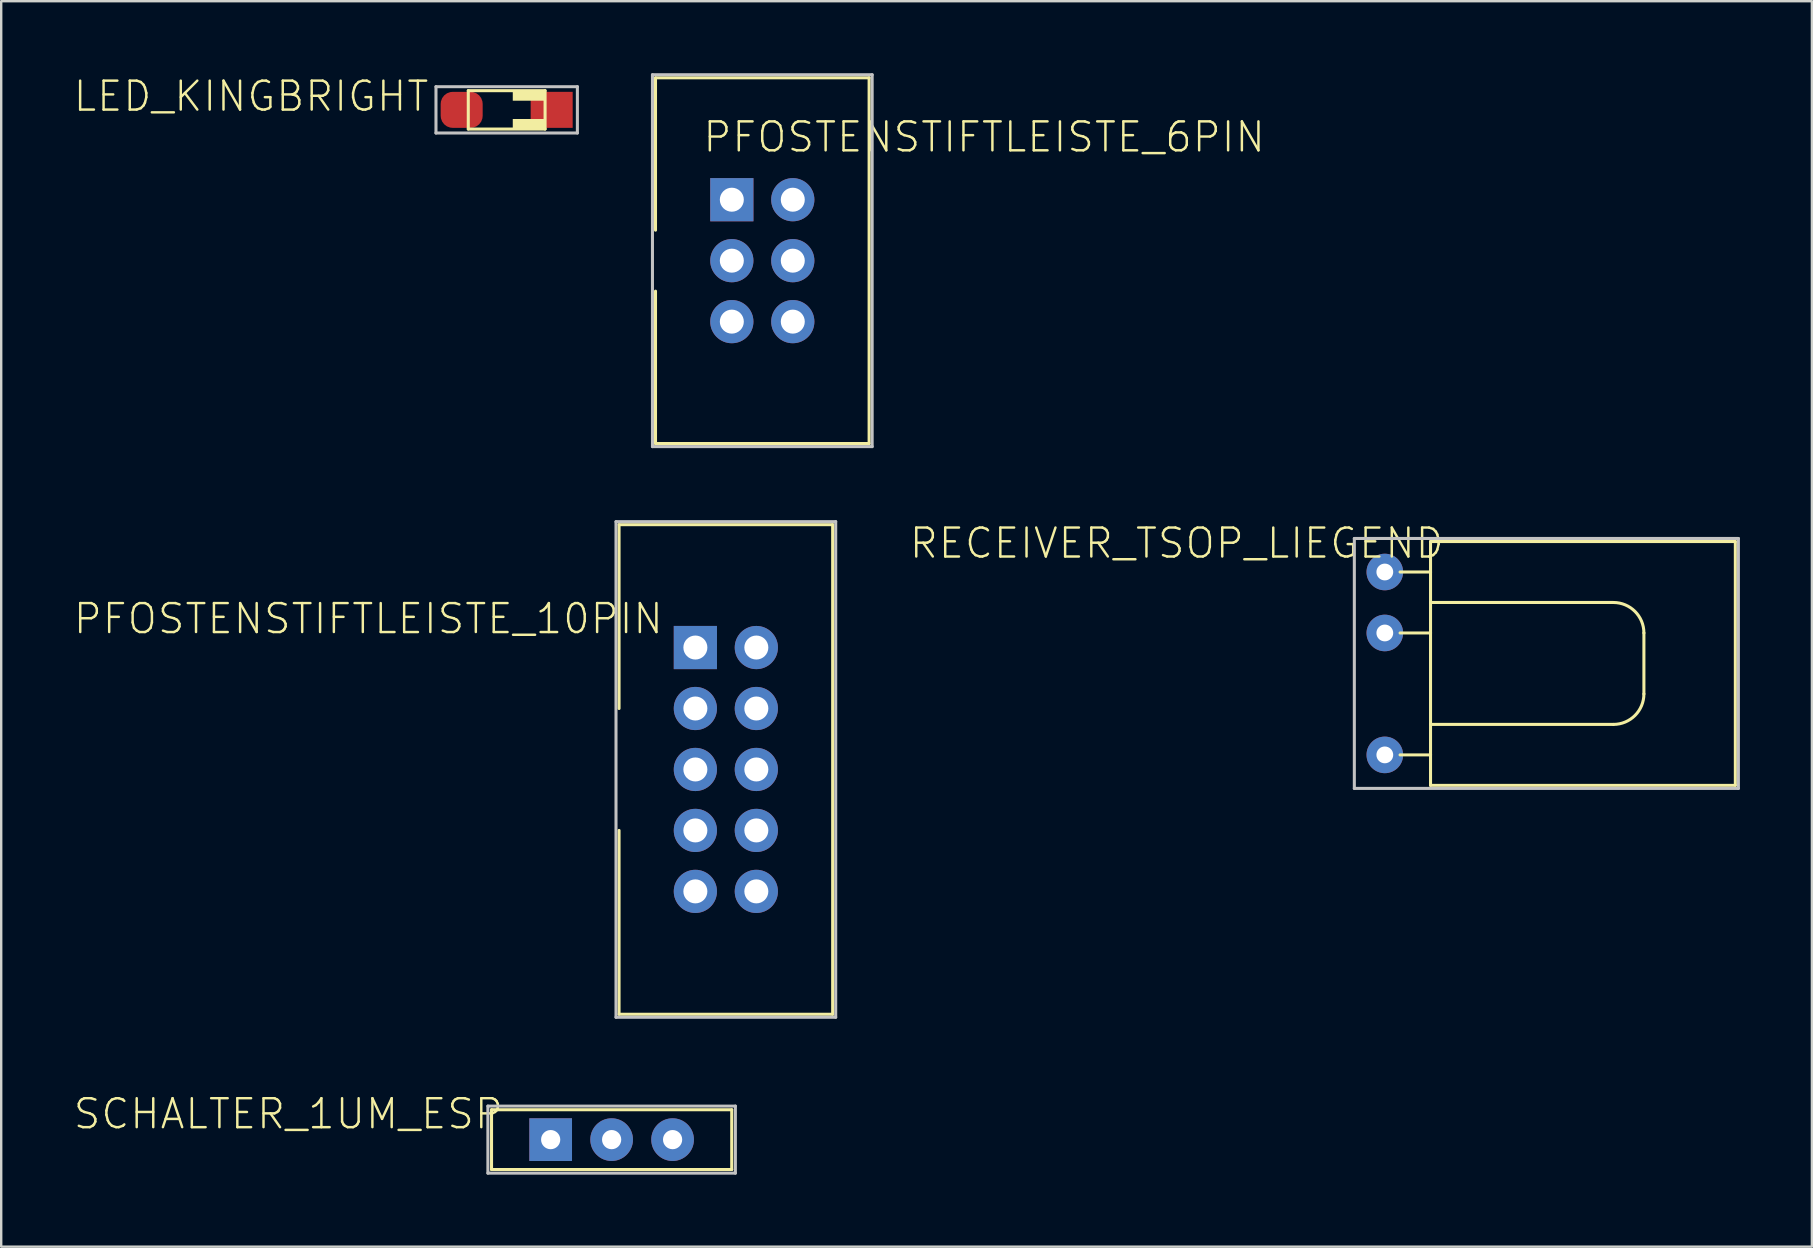
<source format=kicad_pcb>
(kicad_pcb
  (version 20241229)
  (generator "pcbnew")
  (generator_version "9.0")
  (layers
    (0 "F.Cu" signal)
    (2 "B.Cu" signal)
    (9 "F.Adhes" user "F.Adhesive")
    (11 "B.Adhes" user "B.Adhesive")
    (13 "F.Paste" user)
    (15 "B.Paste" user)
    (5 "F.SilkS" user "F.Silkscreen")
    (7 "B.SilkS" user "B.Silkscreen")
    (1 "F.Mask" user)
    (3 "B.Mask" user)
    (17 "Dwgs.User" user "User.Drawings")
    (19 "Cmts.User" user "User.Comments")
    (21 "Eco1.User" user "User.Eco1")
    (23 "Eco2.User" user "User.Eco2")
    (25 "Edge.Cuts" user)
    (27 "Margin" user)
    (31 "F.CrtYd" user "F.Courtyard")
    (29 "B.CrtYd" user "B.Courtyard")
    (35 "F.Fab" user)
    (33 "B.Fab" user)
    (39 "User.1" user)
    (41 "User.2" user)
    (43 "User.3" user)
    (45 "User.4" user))
  (footprint "SCHALTER_1UM_ESP"
    (layer "F.Cu")
    (at 22.434 44.433)
    (property "Reference" "SCHALTER_1UM_ESP" (at -4.445 -1.778 0) (layer "F.SilkS") (effects (font (size 1.206 1.206) (thickness 0.102)) (justify right top)))
    (attr through_hole)
    (fp_line (start -5.004 -1.245) (end -5.004 1.245) (stroke (width 0.127) (type solid)) (layer "F.SilkS"))
    (fp_line (start -5.004 1.245) (end 5.004 1.245) (stroke (width 0.127) (type solid)) (layer "F.SilkS"))
    (fp_line (start 5.004 -1.245) (end -5.004 -1.245) (stroke (width 0.127) (type solid)) (layer "F.SilkS"))
    (fp_line (start 5.004 1.245) (end 5.004 -1.245) (stroke (width 0.127) (type solid)) (layer "F.SilkS"))
    (fp_line (start -5.156 -1.397) (end 5.156 -1.397) (stroke (width 0.127) (type solid)) (layer "Dwgs.User"))
    (fp_line (start -5.156 1.397) (end -5.156 -1.397) (stroke (width 0.127) (type solid)) (layer "Dwgs.User"))
    (fp_line (start 5.156 -1.397) (end 5.156 1.397) (stroke (width 0.127) (type solid)) (layer "Dwgs.User"))
    (fp_line (start 5.156 1.397) (end -5.156 1.397) (stroke (width 0.127) (type solid)) (layer "Dwgs.User"))
    (pad "OFF" thru_hole circle (at 2.54 0) (size 1.778 1.778) (drill 0.8) (layers "*.Cu" "*.Mask"))
    (pad "ON" thru_hole rect (at -2.54 0) (size 1.778 1.778) (drill 0.8) (layers "*.Cu" "*.Mask"))
    (pad "SLIDER" thru_hole circle (at 0 0) (size 1.778 1.778) (drill 0.8) (layers "*.Cu" "*.Mask")))
  (footprint "LED_KINGBRIGHT"
    (layer "F.Cu")
    (at 18.061 1.527)
    (property "Reference" "LED_KINGBRIGHT" (at -3.175 -1.27 0) (layer "F.SilkS") (effects (font (size 1.206 1.206) (thickness 0.102)) (justify right top)))
    (attr through_hole)
    (fp_line (start -1.6 -0.8) (end 1.6 -0.8) (stroke (width 0.127) (type solid)) (layer "F.SilkS"))
    (fp_line (start -1.6 0.8) (end -1.6 -0.8) (stroke (width 0.127) (type solid)) (layer "F.SilkS"))
    (fp_line (start 1.6 -0.8) (end 1.6 0.8) (stroke (width 0.127) (type solid)) (layer "F.SilkS"))
    (fp_line (start 1.6 0.8) (end -1.6 0.8) (stroke (width 0.127) (type solid)) (layer "F.SilkS"))
    (fp_poly (pts (xy 0.254 -0.381) (xy 1.6 -0.381) (xy 1.6 -0.8) (xy 0.254 -0.8)) (stroke (width 0) (type solid)) (fill yes) (layer "F.SilkS"))
    (fp_poly (pts (xy 0.254 0.8) (xy 1.6 0.8) (xy 1.6 0.381) (xy 0.254 0.381)) (stroke (width 0) (type solid)) (fill yes) (layer "F.SilkS"))
    (fp_line (start -2.946 -0.965) (end 2.946 -0.965) (stroke (width 0.127) (type solid)) (layer "Dwgs.User"))
    (fp_line (start -2.946 0.965) (end -2.946 -0.965) (stroke (width 0.127) (type solid)) (layer "Dwgs.User"))
    (fp_line (start 2.946 -0.965) (end 2.946 0.965) (stroke (width 0.127) (type solid)) (layer "Dwgs.User"))
    (fp_line (start 2.946 0.965) (end -2.946 0.965) (stroke (width 0.127) (type solid)) (layer "Dwgs.User"))
    (pad "A" smd roundrect (at -1.875 0) (size 1.75 1.501) (layers "F.Cu" "F.Mask" "F.Paste") (roundrect_rratio 0.335))
    (pad "K" smd rect (at 1.875 0) (size 1.75 1.501) (layers "F.Cu" "F.Mask" "F.Paste")))
  (footprint "PFOSTENSTIFTLEISTE_6PIN"
    (layer "F.Cu")
    (at 28.712 7.811)
    (property "Reference" "PFOSTENSTIFTLEISTE_6PIN" (at -2.54 -4.445 0) (layer "F.SilkS") (effects (font (size 1.206 1.206) (thickness 0.102)) (justify left bottom)))
    (attr through_hole)
    (fp_line (start -4.45 -7.62) (end 4.45 -7.62) (stroke (width 0.127) (type solid)) (layer "F.SilkS"))
    (fp_line (start -4.45 -1.27) (end -4.45 -7.62) (stroke (width 0.127) (type solid)) (layer "F.SilkS"))
    (fp_line (start -4.45 7.62) (end -4.45 1.27) (stroke (width 0.127) (type solid)) (layer "F.SilkS"))
    (fp_line (start 4.45 -7.62) (end 4.45 7.62) (stroke (width 0.127) (type solid)) (layer "F.SilkS"))
    (fp_line (start 4.45 7.62) (end -4.45 7.62) (stroke (width 0.127) (type solid)) (layer "F.SilkS"))
    (fp_line (start -4.577 -7.747) (end -4.577 7.747) (stroke (width 0.127) (type solid)) (layer "Dwgs.User"))
    (fp_line (start -4.577 7.747) (end 4.577 7.747) (stroke (width 0.127) (type solid)) (layer "Dwgs.User"))
    (fp_line (start 4.577 -7.747) (end -4.577 -7.747) (stroke (width 0.127) (type solid)) (layer "Dwgs.User"))
    (fp_line (start 4.577 7.747) (end 4.577 -7.747) (stroke (width 0.127) (type solid)) (layer "Dwgs.User"))
    (pad "P$1" thru_hole rect (at -1.27 -2.54) (size 1.8 1.8) (drill 1) (layers "*.Cu" "*.Mask"))
    (pad "P$2" thru_hole circle (at 1.27 -2.54) (size 1.8 1.8) (drill 1) (layers "*.Cu" "*.Mask"))
    (pad "P$3" thru_hole circle (at -1.27 0) (size 1.8 1.8) (drill 1) (layers "*.Cu" "*.Mask"))
    (pad "P$4" thru_hole circle (at 1.27 0) (size 1.8 1.8) (drill 1) (layers "*.Cu" "*.Mask"))
    (pad "P$5" thru_hole circle (at -1.27 2.54) (size 1.8 1.8) (drill 1) (layers "*.Cu" "*.Mask"))
    (pad "P$6" thru_hole circle (at 1.27 2.54) (size 1.8 1.8) (drill 1) (layers "*.Cu" "*.Mask")))
  (footprint "RECEIVER_TSOP_LIEGEND"
    (layer "F.Cu")
    (at 54.649 24.593)
    (property "Reference" "RECEIVER_TSOP_LIEGEND" (at 2.54 -5.715 0) (layer "F.SilkS") (effects (font (size 1.206 1.206) (thickness 0.102)) (justify right top)))
    (attr through_hole)
    (fp_line (start 0.635 -3.81) (end 1.905 -3.81) (stroke (width 0.127) (type solid)) (layer "F.SilkS"))
    (fp_line (start 0.635 -1.27) (end 1.905 -1.27) (stroke (width 0.127) (type solid)) (layer "F.SilkS"))
    (fp_line (start 0.635 3.81) (end 1.905 3.81) (stroke (width 0.127) (type solid)) (layer "F.SilkS"))
    (fp_line (start 1.905 -5.08) (end 1.905 -3.81) (stroke (width 0.127) (type solid)) (layer "F.SilkS"))
    (fp_line (start 1.905 -3.81) (end 1.905 -2.54) (stroke (width 0.127) (type solid)) (layer "F.SilkS"))
    (fp_line (start 1.905 -2.54) (end 1.905 -1.27) (stroke (width 0.127) (type solid)) (layer "F.SilkS"))
    (fp_line (start 1.905 -2.54) (end 9.525 -2.54) (stroke (width 0.127) (type solid)) (layer "F.SilkS"))
    (fp_line (start 1.905 -1.27) (end 1.905 2.54) (stroke (width 0.127) (type solid)) (layer "F.SilkS"))
    (fp_line (start 1.905 2.54) (end 1.905 3.81) (stroke (width 0.127) (type solid)) (layer "F.SilkS"))
    (fp_line (start 1.905 3.81) (end 1.905 5.08) (stroke (width 0.127) (type solid)) (layer "F.SilkS"))
    (fp_line (start 1.905 5.08) (end 14.605 5.08) (stroke (width 0.127) (type solid)) (layer "F.SilkS"))
    (fp_line (start 9.525 2.54) (end 1.905 2.54) (stroke (width 0.127) (type solid)) (layer "F.SilkS"))
    (fp_line (start 10.795 -1.27) (end 10.795 1.27) (stroke (width 0.127) (type solid)) (layer "F.SilkS"))
    (fp_line (start 14.605 -5.08) (end 1.905 -5.08) (stroke (width 0.127) (type solid)) (layer "F.SilkS"))
    (fp_line (start 14.605 5.08) (end 14.605 -5.08) (stroke (width 0.127) (type solid)) (layer "F.SilkS"))
    (fp_arc (start 9.525 -2.54) (mid 10.423026 -2.168026) (end 10.795 -1.27) (stroke (width 0.127) (type solid)) (layer "F.SilkS"))
    (fp_arc (start 10.795 1.27) (mid 10.423026 2.168026) (end 9.525 2.54) (stroke (width 0.127) (type solid)) (layer "F.SilkS"))
    (fp_line (start -1.27 -5.207) (end 14.732 -5.207) (stroke (width 0.127) (type solid)) (layer "Dwgs.User"))
    (fp_line (start -1.27 5.207) (end -1.27 -5.207) (stroke (width 0.127) (type solid)) (layer "Dwgs.User"))
    (fp_line (start 14.732 -5.207) (end 14.732 5.207) (stroke (width 0.127) (type solid)) (layer "Dwgs.User"))
    (fp_line (start 14.732 5.207) (end -1.27 5.207) (stroke (width 0.127) (type solid)) (layer "Dwgs.User"))
    (pad "GND" thru_hole circle (at 0 -3.81) (size 1.524 1.524) (drill 0.7) (layers "*.Cu" "*.Mask"))
    (pad "OUT" thru_hole circle (at 0 3.81) (size 1.524 1.524) (drill 0.7) (layers "*.Cu" "*.Mask"))
    (pad "VS" thru_hole circle (at 0 -1.27) (size 1.524 1.524) (drill 0.7) (layers "*.Cu" "*.Mask")))
  (footprint "PFOSTENSTIFTLEISTE_10PIN"
    (layer "F.Cu")
    (at 27.193 29.01)
    (property "Reference" "PFOSTENSTIFTLEISTE_10PIN" (at -2.54 -6.985 0) (layer "F.SilkS") (effects (font (size 1.206 1.206) (thickness 0.102)) (justify right top)))
    (attr through_hole)
    (fp_line (start -4.45 -10.2) (end 4.45 -10.2) (stroke (width 0.127) (type solid)) (layer "F.SilkS"))
    (fp_line (start -4.45 -2.54) (end -4.45 -10.2) (stroke (width 0.127) (type solid)) (layer "F.SilkS"))
    (fp_line (start -4.45 10.2) (end -4.45 2.54) (stroke (width 0.127) (type solid)) (layer "F.SilkS"))
    (fp_line (start 4.45 -10.2) (end 4.45 10.2) (stroke (width 0.127) (type solid)) (layer "F.SilkS"))
    (fp_line (start 4.45 10.2) (end -4.45 10.2) (stroke (width 0.127) (type solid)) (layer "F.SilkS"))
    (fp_line (start -4.577 -10.325) (end -4.577 10.325) (stroke (width 0.127) (type solid)) (layer "Dwgs.User"))
    (fp_line (start -4.577 10.325) (end 4.577 10.325) (stroke (width 0.127) (type solid)) (layer "Dwgs.User"))
    (fp_line (start 4.577 -10.325) (end -4.577 -10.325) (stroke (width 0.127) (type solid)) (layer "Dwgs.User"))
    (fp_line (start 4.577 10.325) (end 4.577 -10.325) (stroke (width 0.127) (type solid)) (layer "Dwgs.User"))
    (pad "P$1" thru_hole rect (at -1.27 -5.08) (size 1.8 1.8) (drill 1) (layers "*.Cu" "*.Mask"))
    (pad "P$2" thru_hole circle (at 1.27 -5.08) (size 1.8 1.8) (drill 1) (layers "*.Cu" "*.Mask"))
    (pad "P$3" thru_hole circle (at -1.27 -2.54) (size 1.8 1.8) (drill 1) (layers "*.Cu" "*.Mask"))
    (pad "P$4" thru_hole circle (at 1.27 -2.54) (size 1.8 1.8) (drill 1) (layers "*.Cu" "*.Mask"))
    (pad "P$5" thru_hole circle (at -1.27 0) (size 1.8 1.8) (drill 1) (layers "*.Cu" "*.Mask"))
    (pad "P$6" thru_hole circle (at 1.27 0) (size 1.8 1.8) (drill 1) (layers "*.Cu" "*.Mask"))
    (pad "P$7" thru_hole circle (at -1.27 2.54) (size 1.8 1.8) (drill 1) (layers "*.Cu" "*.Mask"))
    (pad "P$8" thru_hole circle (at 1.27 2.54) (size 1.8 1.8) (drill 1) (layers "*.Cu" "*.Mask"))
    (pad "P$9" thru_hole circle (at -1.27 5.08) (size 1.8 1.8) (drill 1) (layers "*.Cu" "*.Mask"))
    (pad "P$10" thru_hole circle (at 1.27 5.08) (size 1.8 1.8) (drill 1) (layers "*.Cu" "*.Mask")))
  (gr_rect
    (start -3 -3)
    (end 72.444 48.894)
    (stroke (width 0.1) (type default))
    (fill no)
    (layer "Edge.Cuts")))
</source>
